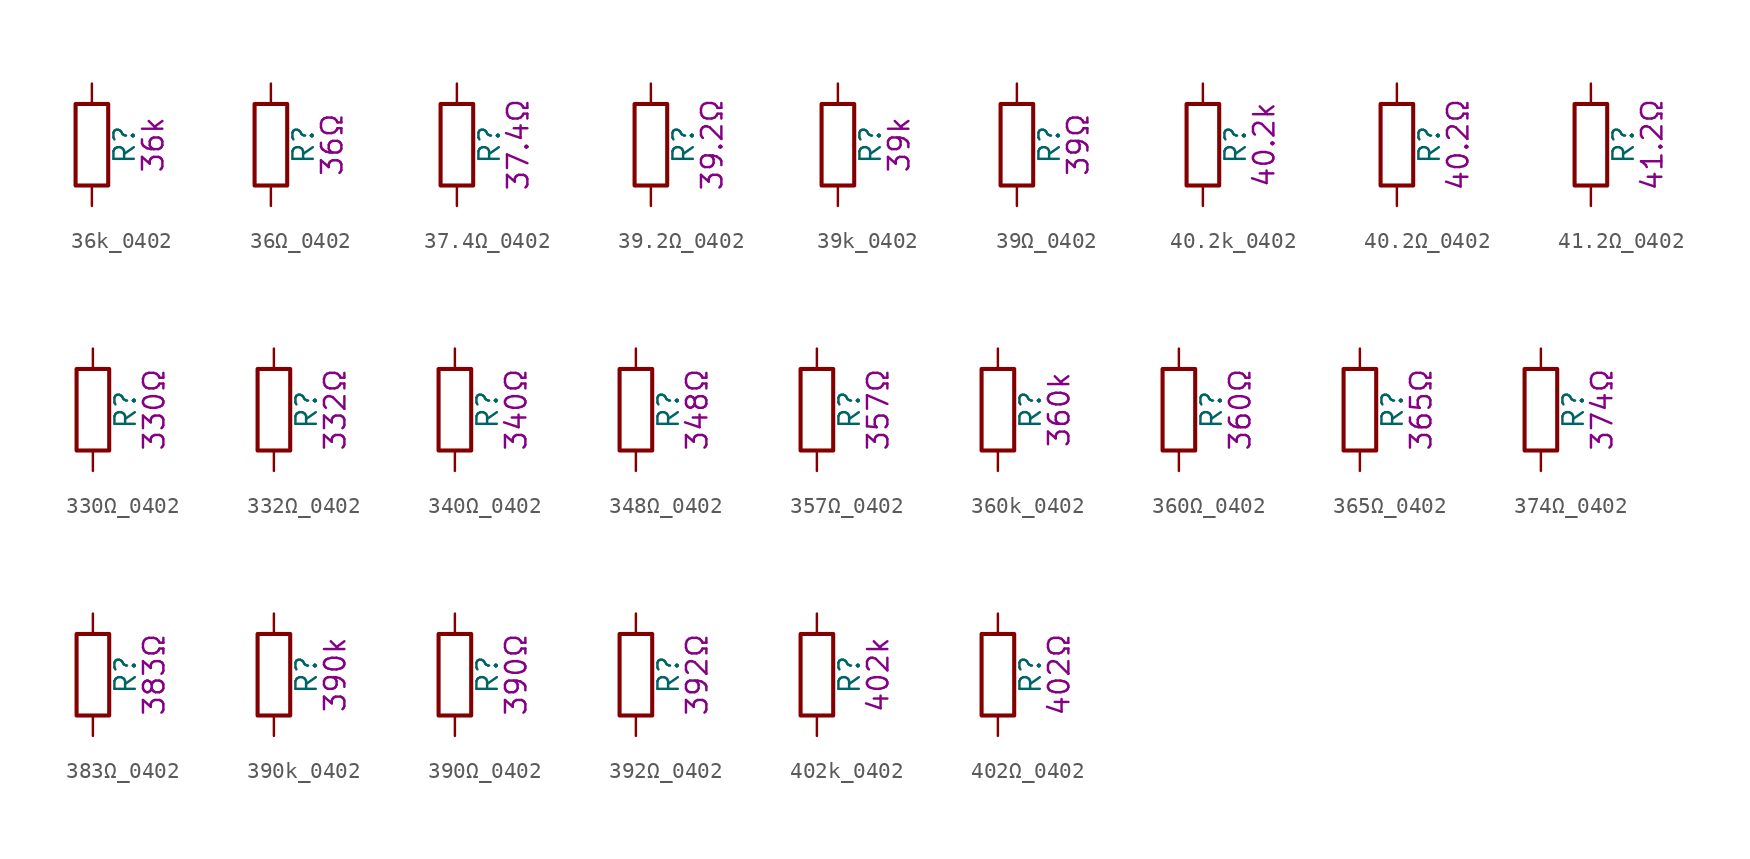
<source format=kicad_sym>
(kicad_symbol_lib
  (version 20211014)
  (generator kicad_symbol_editor)
  (symbol "36k_0402"
    (pin_numbers hide)
    (pin_names
      (offset 0))
    (property "Reference" "R"
      (at 2.032 0 90)
      (effects (font (size 1.27 1.27))))
    (property "Display" "36k"
      (at 3.81 0 90)
      (effects (font (size 1.27 1.27))))
    (symbol "36k_0402_0_1"
      (rectangle (start -1.016 -2.54) (end 1.016 2.54) (stroke (width 0.254) (type default) (color 0 0 0 0)) (fill (type none))))
    (symbol "36k_0402_1_1"
      (pin passive line (at 0 3.81 270) (length 1.27) (name "~" (effects (font (size 1.27 1.27)))) (number "1" (effects (font (size 1.27 1.27)))))
      (pin passive line (at 0 -3.81 90) (length 1.27) (name "~" (effects (font (size 1.27 1.27)))) (number "2" (effects (font (size 1.27 1.27)))))))
  (symbol "36Ω_0402"
    (pin_numbers hide)
    (pin_names
      (offset 0))
    (property "Reference" "R"
      (at 2.032 0 90)
      (effects (font (size 1.27 1.27))))
    (property "Display" "36Ω"
      (at 3.81 0 90)
      (effects (font (size 1.27 1.27))))
    (symbol "36Ω_0402_0_1"
      (rectangle (start -1.016 -2.54) (end 1.016 2.54) (stroke (width 0.254) (type default) (color 0 0 0 0)) (fill (type none))))
    (symbol "36Ω_0402_1_1"
      (pin passive line (at 0 3.81 270) (length 1.27) (name "~" (effects (font (size 1.27 1.27)))) (number "1" (effects (font (size 1.27 1.27)))))
      (pin passive line (at 0 -3.81 90) (length 1.27) (name "~" (effects (font (size 1.27 1.27)))) (number "2" (effects (font (size 1.27 1.27)))))))
  (symbol "37.4Ω_0402"
    (pin_numbers hide)
    (pin_names
      (offset 0))
    (property "Reference" "R"
      (at 2.032 0 90)
      (effects (font (size 1.27 1.27))))
    (property "Display" "37.4Ω"
      (at 3.81 0 90)
      (effects (font (size 1.27 1.27))))
    (symbol "37.4Ω_0402_0_1"
      (rectangle (start -1.016 -2.54) (end 1.016 2.54) (stroke (width 0.254) (type default) (color 0 0 0 0)) (fill (type none))))
    (symbol "37.4Ω_0402_1_1"
      (pin passive line (at 0 3.81 270) (length 1.27) (name "~" (effects (font (size 1.27 1.27)))) (number "1" (effects (font (size 1.27 1.27)))))
      (pin passive line (at 0 -3.81 90) (length 1.27) (name "~" (effects (font (size 1.27 1.27)))) (number "2" (effects (font (size 1.27 1.27)))))))
  (symbol "39.2Ω_0402"
    (pin_numbers hide)
    (pin_names
      (offset 0))
    (property "Reference" "R"
      (at 2.032 0 90)
      (effects (font (size 1.27 1.27))))
    (property "Display" "39.2Ω"
      (at 3.81 0 90)
      (effects (font (size 1.27 1.27))))
    (symbol "39.2Ω_0402_0_1"
      (rectangle (start -1.016 -2.54) (end 1.016 2.54) (stroke (width 0.254) (type default) (color 0 0 0 0)) (fill (type none))))
    (symbol "39.2Ω_0402_1_1"
      (pin passive line (at 0 3.81 270) (length 1.27) (name "~" (effects (font (size 1.27 1.27)))) (number "1" (effects (font (size 1.27 1.27)))))
      (pin passive line (at 0 -3.81 90) (length 1.27) (name "~" (effects (font (size 1.27 1.27)))) (number "2" (effects (font (size 1.27 1.27)))))))
  (symbol "39k_0402"
    (pin_numbers hide)
    (pin_names
      (offset 0))
    (property "Reference" "R"
      (at 2.032 0 90)
      (effects (font (size 1.27 1.27))))
    (property "Display" "39k"
      (at 3.81 0 90)
      (effects (font (size 1.27 1.27))))
    (symbol "39k_0402_0_1"
      (rectangle (start -1.016 -2.54) (end 1.016 2.54) (stroke (width 0.254) (type default) (color 0 0 0 0)) (fill (type none))))
    (symbol "39k_0402_1_1"
      (pin passive line (at 0 3.81 270) (length 1.27) (name "~" (effects (font (size 1.27 1.27)))) (number "1" (effects (font (size 1.27 1.27)))))
      (pin passive line (at 0 -3.81 90) (length 1.27) (name "~" (effects (font (size 1.27 1.27)))) (number "2" (effects (font (size 1.27 1.27)))))))
  (symbol "39Ω_0402"
    (pin_numbers hide)
    (pin_names
      (offset 0))
    (property "Reference" "R"
      (at 2.032 0 90)
      (effects (font (size 1.27 1.27))))
    (property "Display" "39Ω"
      (at 3.81 0 90)
      (effects (font (size 1.27 1.27))))
    (symbol "39Ω_0402_0_1"
      (rectangle (start -1.016 -2.54) (end 1.016 2.54) (stroke (width 0.254) (type default) (color 0 0 0 0)) (fill (type none))))
    (symbol "39Ω_0402_1_1"
      (pin passive line (at 0 3.81 270) (length 1.27) (name "~" (effects (font (size 1.27 1.27)))) (number "1" (effects (font (size 1.27 1.27)))))
      (pin passive line (at 0 -3.81 90) (length 1.27) (name "~" (effects (font (size 1.27 1.27)))) (number "2" (effects (font (size 1.27 1.27)))))))
  (symbol "40.2k_0402"
    (pin_numbers hide)
    (pin_names
      (offset 0))
    (property "Reference" "R"
      (at 2.032 0 90)
      (effects (font (size 1.27 1.27))))
    (property "Display" "40.2k"
      (at 3.81 0 90)
      (effects (font (size 1.27 1.27))))
    (symbol "40.2k_0402_0_1"
      (rectangle (start -1.016 -2.54) (end 1.016 2.54) (stroke (width 0.254) (type default) (color 0 0 0 0)) (fill (type none))))
    (symbol "40.2k_0402_1_1"
      (pin passive line (at 0 3.81 270) (length 1.27) (name "~" (effects (font (size 1.27 1.27)))) (number "1" (effects (font (size 1.27 1.27)))))
      (pin passive line (at 0 -3.81 90) (length 1.27) (name "~" (effects (font (size 1.27 1.27)))) (number "2" (effects (font (size 1.27 1.27)))))))
  (symbol "40.2Ω_0402"
    (pin_numbers hide)
    (pin_names
      (offset 0))
    (property "Reference" "R"
      (at 2.032 0 90)
      (effects (font (size 1.27 1.27))))
    (property "Display" "40.2Ω"
      (at 3.81 0 90)
      (effects (font (size 1.27 1.27))))
    (symbol "40.2Ω_0402_0_1"
      (rectangle (start -1.016 -2.54) (end 1.016 2.54) (stroke (width 0.254) (type default) (color 0 0 0 0)) (fill (type none))))
    (symbol "40.2Ω_0402_1_1"
      (pin passive line (at 0 3.81 270) (length 1.27) (name "~" (effects (font (size 1.27 1.27)))) (number "1" (effects (font (size 1.27 1.27)))))
      (pin passive line (at 0 -3.81 90) (length 1.27) (name "~" (effects (font (size 1.27 1.27)))) (number "2" (effects (font (size 1.27 1.27)))))))
  (symbol "41.2Ω_0402"
    (pin_numbers hide)
    (pin_names
      (offset 0))
    (property "Reference" "R"
      (at 2.032 0 90)
      (effects (font (size 1.27 1.27))))
    (property "Display" "41.2Ω"
      (at 3.81 0 90)
      (effects (font (size 1.27 1.27))))
    (symbol "41.2Ω_0402_0_1"
      (rectangle (start -1.016 -2.54) (end 1.016 2.54) (stroke (width 0.254) (type default) (color 0 0 0 0)) (fill (type none))))
    (symbol "41.2Ω_0402_1_1"
      (pin passive line (at 0 3.81 270) (length 1.27) (name "~" (effects (font (size 1.27 1.27)))) (number "1" (effects (font (size 1.27 1.27)))))
      (pin passive line (at 0 -3.81 90) (length 1.27) (name "~" (effects (font (size 1.27 1.27)))) (number "2" (effects (font (size 1.27 1.27)))))))
  (symbol "330Ω_0402"
    (pin_numbers hide)
    (pin_names
      (offset 0))
    (property "Reference" "R"
      (at 2.032 0 90)
      (effects (font (size 1.27 1.27))))
    (property "Display" "330Ω"
      (at 3.81 0 90)
      (effects (font (size 1.27 1.27))))
    (symbol "330Ω_0402_0_1"
      (rectangle (start -1.016 -2.54) (end 1.016 2.54) (stroke (width 0.254) (type default) (color 0 0 0 0)) (fill (type none))))
    (symbol "330Ω_0402_1_1"
      (pin passive line (at 0 3.81 270) (length 1.27) (name "~" (effects (font (size 1.27 1.27)))) (number "1" (effects (font (size 1.27 1.27)))))
      (pin passive line (at 0 -3.81 90) (length 1.27) (name "~" (effects (font (size 1.27 1.27)))) (number "2" (effects (font (size 1.27 1.27)))))))
  (symbol "332Ω_0402"
    (pin_numbers hide)
    (pin_names
      (offset 0))
    (property "Reference" "R"
      (at 2.032 0 90)
      (effects (font (size 1.27 1.27))))
    (property "Display" "332Ω"
      (at 3.81 0 90)
      (effects (font (size 1.27 1.27))))
    (symbol "332Ω_0402_0_1"
      (rectangle (start -1.016 -2.54) (end 1.016 2.54) (stroke (width 0.254) (type default) (color 0 0 0 0)) (fill (type none))))
    (symbol "332Ω_0402_1_1"
      (pin passive line (at 0 3.81 270) (length 1.27) (name "~" (effects (font (size 1.27 1.27)))) (number "1" (effects (font (size 1.27 1.27)))))
      (pin passive line (at 0 -3.81 90) (length 1.27) (name "~" (effects (font (size 1.27 1.27)))) (number "2" (effects (font (size 1.27 1.27)))))))
  (symbol "340Ω_0402"
    (pin_numbers hide)
    (pin_names
      (offset 0))
    (property "Reference" "R"
      (at 2.032 0 90)
      (effects (font (size 1.27 1.27))))
    (property "Display" "340Ω"
      (at 3.81 0 90)
      (effects (font (size 1.27 1.27))))
    (symbol "340Ω_0402_0_1"
      (rectangle (start -1.016 -2.54) (end 1.016 2.54) (stroke (width 0.254) (type default) (color 0 0 0 0)) (fill (type none))))
    (symbol "340Ω_0402_1_1"
      (pin passive line (at 0 3.81 270) (length 1.27) (name "~" (effects (font (size 1.27 1.27)))) (number "1" (effects (font (size 1.27 1.27)))))
      (pin passive line (at 0 -3.81 90) (length 1.27) (name "~" (effects (font (size 1.27 1.27)))) (number "2" (effects (font (size 1.27 1.27)))))))
  (symbol "348Ω_0402"
    (pin_numbers hide)
    (pin_names
      (offset 0))
    (property "Reference" "R"
      (at 2.032 0 90)
      (effects (font (size 1.27 1.27))))
    (property "Display" "348Ω"
      (at 3.81 0 90)
      (effects (font (size 1.27 1.27))))
    (symbol "348Ω_0402_0_1"
      (rectangle (start -1.016 -2.54) (end 1.016 2.54) (stroke (width 0.254) (type default) (color 0 0 0 0)) (fill (type none))))
    (symbol "348Ω_0402_1_1"
      (pin passive line (at 0 3.81 270) (length 1.27) (name "~" (effects (font (size 1.27 1.27)))) (number "1" (effects (font (size 1.27 1.27)))))
      (pin passive line (at 0 -3.81 90) (length 1.27) (name "~" (effects (font (size 1.27 1.27)))) (number "2" (effects (font (size 1.27 1.27)))))))
  (symbol "357Ω_0402"
    (pin_numbers hide)
    (pin_names
      (offset 0))
    (property "Reference" "R"
      (at 2.032 0 90)
      (effects (font (size 1.27 1.27))))
    (property "Display" "357Ω"
      (at 3.81 0 90)
      (effects (font (size 1.27 1.27))))
    (symbol "357Ω_0402_0_1"
      (rectangle (start -1.016 -2.54) (end 1.016 2.54) (stroke (width 0.254) (type default) (color 0 0 0 0)) (fill (type none))))
    (symbol "357Ω_0402_1_1"
      (pin passive line (at 0 3.81 270) (length 1.27) (name "~" (effects (font (size 1.27 1.27)))) (number "1" (effects (font (size 1.27 1.27)))))
      (pin passive line (at 0 -3.81 90) (length 1.27) (name "~" (effects (font (size 1.27 1.27)))) (number "2" (effects (font (size 1.27 1.27)))))))
  (symbol "360k_0402"
    (pin_numbers hide)
    (pin_names
      (offset 0))
    (property "Reference" "R"
      (at 2.032 0 90)
      (effects (font (size 1.27 1.27))))
    (property "Display" "360k"
      (at 3.81 0 90)
      (effects (font (size 1.27 1.27))))
    (symbol "360k_0402_0_1"
      (rectangle (start -1.016 -2.54) (end 1.016 2.54) (stroke (width 0.254) (type default) (color 0 0 0 0)) (fill (type none))))
    (symbol "360k_0402_1_1"
      (pin passive line (at 0 3.81 270) (length 1.27) (name "~" (effects (font (size 1.27 1.27)))) (number "1" (effects (font (size 1.27 1.27)))))
      (pin passive line (at 0 -3.81 90) (length 1.27) (name "~" (effects (font (size 1.27 1.27)))) (number "2" (effects (font (size 1.27 1.27)))))))
  (symbol "360Ω_0402"
    (pin_numbers hide)
    (pin_names
      (offset 0))
    (property "Reference" "R"
      (at 2.032 0 90)
      (effects (font (size 1.27 1.27))))
    (property "Display" "360Ω"
      (at 3.81 0 90)
      (effects (font (size 1.27 1.27))))
    (symbol "360Ω_0402_0_1"
      (rectangle (start -1.016 -2.54) (end 1.016 2.54) (stroke (width 0.254) (type default) (color 0 0 0 0)) (fill (type none))))
    (symbol "360Ω_0402_1_1"
      (pin passive line (at 0 3.81 270) (length 1.27) (name "~" (effects (font (size 1.27 1.27)))) (number "1" (effects (font (size 1.27 1.27)))))
      (pin passive line (at 0 -3.81 90) (length 1.27) (name "~" (effects (font (size 1.27 1.27)))) (number "2" (effects (font (size 1.27 1.27)))))))
  (symbol "365Ω_0402"
    (pin_numbers hide)
    (pin_names
      (offset 0))
    (property "Reference" "R"
      (at 2.032 0 90)
      (effects (font (size 1.27 1.27))))
    (property "Display" "365Ω"
      (at 3.81 0 90)
      (effects (font (size 1.27 1.27))))
    (symbol "365Ω_0402_0_1"
      (rectangle (start -1.016 -2.54) (end 1.016 2.54) (stroke (width 0.254) (type default) (color 0 0 0 0)) (fill (type none))))
    (symbol "365Ω_0402_1_1"
      (pin passive line (at 0 3.81 270) (length 1.27) (name "~" (effects (font (size 1.27 1.27)))) (number "1" (effects (font (size 1.27 1.27)))))
      (pin passive line (at 0 -3.81 90) (length 1.27) (name "~" (effects (font (size 1.27 1.27)))) (number "2" (effects (font (size 1.27 1.27)))))))
  (symbol "374Ω_0402"
    (pin_numbers hide)
    (pin_names
      (offset 0))
    (property "Reference" "R"
      (at 2.032 0 90)
      (effects (font (size 1.27 1.27))))
    (property "Display" "374Ω"
      (at 3.81 0 90)
      (effects (font (size 1.27 1.27))))
    (symbol "374Ω_0402_0_1"
      (rectangle (start -1.016 -2.54) (end 1.016 2.54) (stroke (width 0.254) (type default) (color 0 0 0 0)) (fill (type none))))
    (symbol "374Ω_0402_1_1"
      (pin passive line (at 0 3.81 270) (length 1.27) (name "~" (effects (font (size 1.27 1.27)))) (number "1" (effects (font (size 1.27 1.27)))))
      (pin passive line (at 0 -3.81 90) (length 1.27) (name "~" (effects (font (size 1.27 1.27)))) (number "2" (effects (font (size 1.27 1.27)))))))
  (symbol "383Ω_0402"
    (pin_numbers hide)
    (pin_names
      (offset 0))
    (property "Reference" "R"
      (at 2.032 0 90)
      (effects (font (size 1.27 1.27))))
    (property "Display" "383Ω"
      (at 3.81 0 90)
      (effects (font (size 1.27 1.27))))
    (symbol "383Ω_0402_0_1"
      (rectangle (start -1.016 -2.54) (end 1.016 2.54) (stroke (width 0.254) (type default) (color 0 0 0 0)) (fill (type none))))
    (symbol "383Ω_0402_1_1"
      (pin passive line (at 0 3.81 270) (length 1.27) (name "~" (effects (font (size 1.27 1.27)))) (number "1" (effects (font (size 1.27 1.27)))))
      (pin passive line (at 0 -3.81 90) (length 1.27) (name "~" (effects (font (size 1.27 1.27)))) (number "2" (effects (font (size 1.27 1.27)))))))
  (symbol "390k_0402"
    (pin_numbers hide)
    (pin_names
      (offset 0))
    (property "Reference" "R"
      (at 2.032 0 90)
      (effects (font (size 1.27 1.27))))
    (property "Display" "390k"
      (at 3.81 0 90)
      (effects (font (size 1.27 1.27))))
    (symbol "390k_0402_0_1"
      (rectangle (start -1.016 -2.54) (end 1.016 2.54) (stroke (width 0.254) (type default) (color 0 0 0 0)) (fill (type none))))
    (symbol "390k_0402_1_1"
      (pin passive line (at 0 3.81 270) (length 1.27) (name "~" (effects (font (size 1.27 1.27)))) (number "1" (effects (font (size 1.27 1.27)))))
      (pin passive line (at 0 -3.81 90) (length 1.27) (name "~" (effects (font (size 1.27 1.27)))) (number "2" (effects (font (size 1.27 1.27)))))))
  (symbol "390Ω_0402"
    (pin_numbers hide)
    (pin_names
      (offset 0))
    (property "Reference" "R"
      (at 2.032 0 90)
      (effects (font (size 1.27 1.27))))
    (property "Display" "390Ω"
      (at 3.81 0 90)
      (effects (font (size 1.27 1.27))))
    (symbol "390Ω_0402_0_1"
      (rectangle (start -1.016 -2.54) (end 1.016 2.54) (stroke (width 0.254) (type default) (color 0 0 0 0)) (fill (type none))))
    (symbol "390Ω_0402_1_1"
      (pin passive line (at 0 3.81 270) (length 1.27) (name "~" (effects (font (size 1.27 1.27)))) (number "1" (effects (font (size 1.27 1.27)))))
      (pin passive line (at 0 -3.81 90) (length 1.27) (name "~" (effects (font (size 1.27 1.27)))) (number "2" (effects (font (size 1.27 1.27)))))))
  (symbol "392Ω_0402"
    (pin_numbers hide)
    (pin_names
      (offset 0))
    (property "Reference" "R"
      (at 2.032 0 90)
      (effects (font (size 1.27 1.27))))
    (property "Display" "392Ω"
      (at 3.81 0 90)
      (effects (font (size 1.27 1.27))))
    (symbol "392Ω_0402_0_1"
      (rectangle (start -1.016 -2.54) (end 1.016 2.54) (stroke (width 0.254) (type default) (color 0 0 0 0)) (fill (type none))))
    (symbol "392Ω_0402_1_1"
      (pin passive line (at 0 3.81 270) (length 1.27) (name "~" (effects (font (size 1.27 1.27)))) (number "1" (effects (font (size 1.27 1.27)))))
      (pin passive line (at 0 -3.81 90) (length 1.27) (name "~" (effects (font (size 1.27 1.27)))) (number "2" (effects (font (size 1.27 1.27)))))))
  (symbol "402k_0402"
    (pin_numbers hide)
    (pin_names
      (offset 0))
    (property "Reference" "R"
      (at 2.032 0 90)
      (effects (font (size 1.27 1.27))))
    (property "Display" "402k"
      (at 3.81 0 90)
      (effects (font (size 1.27 1.27))))
    (symbol "402k_0402_0_1"
      (rectangle (start -1.016 -2.54) (end 1.016 2.54) (stroke (width 0.254) (type default) (color 0 0 0 0)) (fill (type none))))
    (symbol "402k_0402_1_1"
      (pin passive line (at 0 3.81 270) (length 1.27) (name "~" (effects (font (size 1.27 1.27)))) (number "1" (effects (font (size 1.27 1.27)))))
      (pin passive line (at 0 -3.81 90) (length 1.27) (name "~" (effects (font (size 1.27 1.27)))) (number "2" (effects (font (size 1.27 1.27)))))))
  (symbol "402Ω_0402"
    (pin_numbers hide)
    (pin_names
      (offset 0))
    (property "Reference" "R"
      (at 2.032 0 90)
      (effects (font (size 1.27 1.27))))
    (property "Display" "402Ω"
      (at 3.81 0 90)
      (effects (font (size 1.27 1.27))))
    (symbol "402Ω_0402_0_1"
      (rectangle (start -1.016 -2.54) (end 1.016 2.54) (stroke (width 0.254) (type default) (color 0 0 0 0)) (fill (type none))))
    (symbol "402Ω_0402_1_1"
      (pin passive line (at 0 3.81 270) (length 1.27) (name "~" (effects (font (size 1.27 1.27)))) (number "1" (effects (font (size 1.27 1.27)))))
      (pin passive line (at 0 -3.81 90) (length 1.27) (name "~" (effects (font (size 1.27 1.27)))) (number "2" (effects (font (size 1.27 1.27))))))))
</source>
